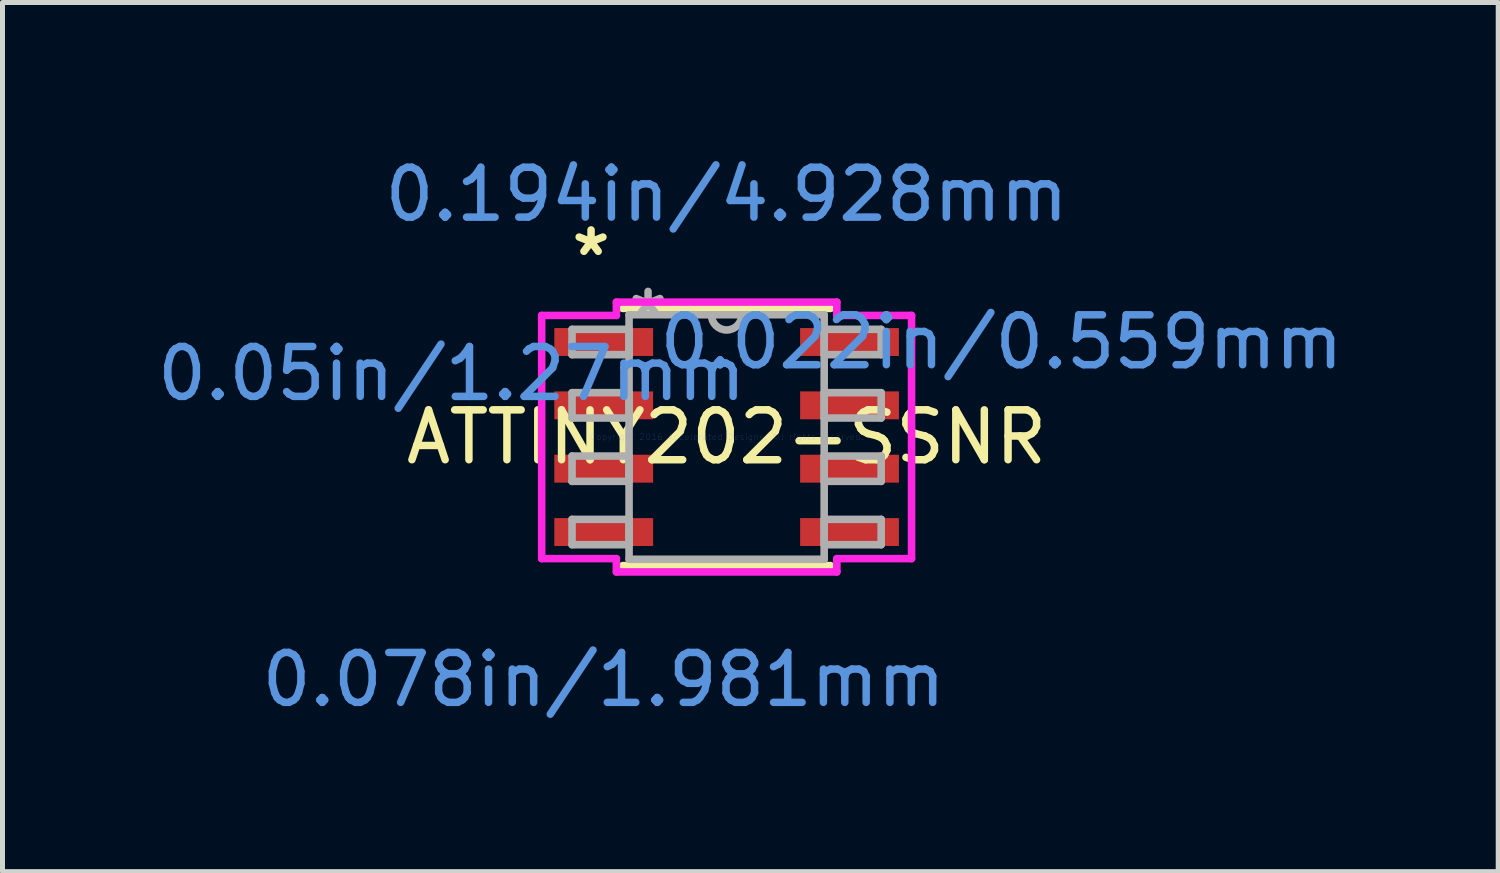
<source format=kicad_pcb>
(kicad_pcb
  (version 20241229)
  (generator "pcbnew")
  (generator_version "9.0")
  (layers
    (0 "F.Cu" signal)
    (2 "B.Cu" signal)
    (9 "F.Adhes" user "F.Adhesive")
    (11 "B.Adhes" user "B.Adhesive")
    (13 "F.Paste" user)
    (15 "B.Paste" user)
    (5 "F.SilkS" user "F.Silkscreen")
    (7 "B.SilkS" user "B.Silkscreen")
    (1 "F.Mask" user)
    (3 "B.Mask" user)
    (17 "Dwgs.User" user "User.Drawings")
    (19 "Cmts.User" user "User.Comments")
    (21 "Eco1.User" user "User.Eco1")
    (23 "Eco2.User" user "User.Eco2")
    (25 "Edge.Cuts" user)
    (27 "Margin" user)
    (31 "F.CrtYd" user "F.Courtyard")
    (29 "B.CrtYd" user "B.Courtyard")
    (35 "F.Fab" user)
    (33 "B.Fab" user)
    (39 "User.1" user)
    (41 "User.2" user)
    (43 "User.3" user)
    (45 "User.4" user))
  (footprint "ATTINY202-SSNR"
    (layer "F.Cu")
    (at 11.518 5.712)
    (property "Reference" "ATTINY202-SSNR" (at 0 0 0) (layer "F.SilkS") (effects (font (size 1 1) (thickness 0.15))))
    (attr through_hole)
    (fp_line (start -2.083 2.578) (end 2.083 2.578) (stroke (width 0.152) (type solid)) (layer "F.SilkS"))
    (fp_line (start 2.083 -2.578) (end -2.083 -2.578) (stroke (width 0.152) (type solid)) (layer "F.SilkS"))
    (fp_line (start -3.708 -2.438) (end -2.21 -2.438) (stroke (width 0.152) (type solid)) (layer "F.CrtYd"))
    (fp_line (start -3.708 2.438) (end -3.708 -2.438) (stroke (width 0.152) (type solid)) (layer "F.CrtYd"))
    (fp_line (start -3.708 2.438) (end -2.21 2.438) (stroke (width 0.152) (type solid)) (layer "F.CrtYd"))
    (fp_line (start -2.21 -2.705) (end 2.21 -2.705) (stroke (width 0.152) (type solid)) (layer "F.CrtYd"))
    (fp_line (start -2.21 -2.438) (end -2.21 -2.705) (stroke (width 0.152) (type solid)) (layer "F.CrtYd"))
    (fp_line (start -2.21 2.705) (end -2.21 2.438) (stroke (width 0.152) (type solid)) (layer "F.CrtYd"))
    (fp_line (start 2.21 -2.705) (end 2.21 -2.438) (stroke (width 0.152) (type solid)) (layer "F.CrtYd"))
    (fp_line (start 2.21 2.438) (end 2.21 2.705) (stroke (width 0.152) (type solid)) (layer "F.CrtYd"))
    (fp_line (start 2.21 2.705) (end -2.21 2.705) (stroke (width 0.152) (type solid)) (layer "F.CrtYd"))
    (fp_line (start 3.708 -2.438) (end 2.21 -2.438) (stroke (width 0.152) (type solid)) (layer "F.CrtYd"))
    (fp_line (start 3.708 -2.438) (end 3.708 2.438) (stroke (width 0.152) (type solid)) (layer "F.CrtYd"))
    (fp_line (start 3.708 2.438) (end 2.21 2.438) (stroke (width 0.152) (type solid)) (layer "F.CrtYd"))
    (fp_line (start -3.099 -2.159) (end -3.099 -1.651) (stroke (width 0.152) (type solid)) (layer "F.Fab"))
    (fp_line (start -3.099 -1.651) (end -1.956 -1.651) (stroke (width 0.152) (type solid)) (layer "F.Fab"))
    (fp_line (start -3.099 -0.889) (end -3.099 -0.381) (stroke (width 0.152) (type solid)) (layer "F.Fab"))
    (fp_line (start -3.099 -0.381) (end -1.956 -0.381) (stroke (width 0.152) (type solid)) (layer "F.Fab"))
    (fp_line (start -3.099 0.381) (end -3.099 0.889) (stroke (width 0.152) (type solid)) (layer "F.Fab"))
    (fp_line (start -3.099 0.889) (end -1.956 0.889) (stroke (width 0.152) (type solid)) (layer "F.Fab"))
    (fp_line (start -3.099 1.651) (end -3.099 2.159) (stroke (width 0.152) (type solid)) (layer "F.Fab"))
    (fp_line (start -3.099 2.159) (end -1.956 2.159) (stroke (width 0.152) (type solid)) (layer "F.Fab"))
    (fp_line (start -1.956 -2.451) (end -1.956 2.451) (stroke (width 0.152) (type solid)) (layer "F.Fab"))
    (fp_line (start -1.956 -2.159) (end -3.099 -2.159) (stroke (width 0.152) (type solid)) (layer "F.Fab"))
    (fp_line (start -1.956 -1.651) (end -1.956 -2.159) (stroke (width 0.152) (type solid)) (layer "F.Fab"))
    (fp_line (start -1.956 -0.889) (end -3.099 -0.889) (stroke (width 0.152) (type solid)) (layer "F.Fab"))
    (fp_line (start -1.956 -0.381) (end -1.956 -0.889) (stroke (width 0.152) (type solid)) (layer "F.Fab"))
    (fp_line (start -1.956 0.381) (end -3.099 0.381) (stroke (width 0.152) (type solid)) (layer "F.Fab"))
    (fp_line (start -1.956 0.889) (end -1.956 0.381) (stroke (width 0.152) (type solid)) (layer "F.Fab"))
    (fp_line (start -1.956 1.651) (end -3.099 1.651) (stroke (width 0.152) (type solid)) (layer "F.Fab"))
    (fp_line (start -1.956 2.159) (end -1.956 1.651) (stroke (width 0.152) (type solid)) (layer "F.Fab"))
    (fp_line (start -1.956 2.451) (end 1.956 2.451) (stroke (width 0.152) (type solid)) (layer "F.Fab"))
    (fp_line (start 1.956 -2.451) (end -1.956 -2.451) (stroke (width 0.152) (type solid)) (layer "F.Fab"))
    (fp_line (start 1.956 -2.159) (end 1.956 -1.651) (stroke (width 0.152) (type solid)) (layer "F.Fab"))
    (fp_line (start 1.956 -1.651) (end 3.099 -1.651) (stroke (width 0.152) (type solid)) (layer "F.Fab"))
    (fp_line (start 1.956 -0.889) (end 1.956 -0.381) (stroke (width 0.152) (type solid)) (layer "F.Fab"))
    (fp_line (start 1.956 -0.381) (end 3.099 -0.381) (stroke (width 0.152) (type solid)) (layer "F.Fab"))
    (fp_line (start 1.956 0.381) (end 1.956 0.889) (stroke (width 0.152) (type solid)) (layer "F.Fab"))
    (fp_line (start 1.956 0.889) (end 3.099 0.889) (stroke (width 0.152) (type solid)) (layer "F.Fab"))
    (fp_line (start 1.956 1.651) (end 1.956 2.159) (stroke (width 0.152) (type solid)) (layer "F.Fab"))
    (fp_line (start 1.956 2.159) (end 3.099 2.159) (stroke (width 0.152) (type solid)) (layer "F.Fab"))
    (fp_line (start 1.956 2.451) (end 1.956 -2.451) (stroke (width 0.152) (type solid)) (layer "F.Fab"))
    (fp_line (start 3.099 -2.159) (end 1.956 -2.159) (stroke (width 0.152) (type solid)) (layer "F.Fab"))
    (fp_line (start 3.099 -1.651) (end 3.099 -2.159) (stroke (width 0.152) (type solid)) (layer "F.Fab"))
    (fp_line (start 3.099 -0.889) (end 1.956 -0.889) (stroke (width 0.152) (type solid)) (layer "F.Fab"))
    (fp_line (start 3.099 -0.381) (end 3.099 -0.889) (stroke (width 0.152) (type solid)) (layer "F.Fab"))
    (fp_line (start 3.099 0.381) (end 1.956 0.381) (stroke (width 0.152) (type solid)) (layer "F.Fab"))
    (fp_line (start 3.099 0.889) (end 3.099 0.381) (stroke (width 0.152) (type solid)) (layer "F.Fab"))
    (fp_line (start 3.099 1.651) (end 1.956 1.651) (stroke (width 0.152) (type solid)) (layer "F.Fab"))
    (fp_line (start 3.099 2.159) (end 3.099 1.651) (stroke (width 0.152) (type solid)) (layer "F.Fab"))
    (fp_arc (start 0.3048 -2.4511) (mid 0 -2.1463) (end -0.3048 -2.4511) (stroke (width 0.1524) (type solid)) (layer "F.Fab"))
    (fp_text user "*" (at -2.718 -3.607 0) (layer "F.SilkS") (effects (font (size 1 1) (thickness 0.15))))
    (fp_text user "0.194in/4.928mm" (at 0 -4.864 0) (layer "Cmts.User") (effects (font (size 1 1) (thickness 0.15))))
    (fp_text user "0.05in/1.27mm" (at -5.512 -1.27 0) (layer "Cmts.User") (effects (font (size 1 1) (thickness 0.15))))
    (fp_text user "0.078in/1.981mm" (at -2.464 4.864 0) (layer "Cmts.User") (effects (font (size 1 1) (thickness 0.15))))
    (fp_text user "0.022in/0.559mm" (at 5.512 -1.905 0) (layer "Cmts.User") (effects (font (size 1 1) (thickness 0.15))))
    (fp_text user "Copyright 2016 Accelerated Designs. All rights reserved." (at 0 0 0) (layer "Cmts.User") (effects (font (size 0.127 0.127) (thickness 0.002))))
    (fp_text user "*" (at -1.575 -2.375 0) (layer "F.Fab") (effects (font (size 1 1) (thickness 0.15))))
    (pad "1" smd rect (at -2.464 -1.905) (size 1.981 0.559) (layers "F.Cu" "F.Mask" "F.Paste"))
    (pad "2" smd rect (at -2.464 -0.635) (size 1.981 0.559) (layers "F.Cu" "F.Mask" "F.Paste"))
    (pad "3" smd rect (at -2.464 0.635) (size 1.981 0.559) (layers "F.Cu" "F.Mask" "F.Paste"))
    (pad "4" smd rect (at -2.464 1.905) (size 1.981 0.559) (layers "F.Cu" "F.Mask" "F.Paste"))
    (pad "5" smd rect (at 2.464 1.905) (size 1.981 0.559) (layers "F.Cu" "F.Mask" "F.Paste"))
    (pad "6" smd rect (at 2.464 0.635) (size 1.981 0.559) (layers "F.Cu" "F.Mask" "F.Paste"))
    (pad "7" smd rect (at 2.464 -0.635) (size 1.981 0.559) (layers "F.Cu" "F.Mask" "F.Paste"))
    (pad "8" smd rect (at 2.464 -1.905) (size 1.981 0.559) (layers "F.Cu" "F.Mask" "F.Paste")))
  (gr_rect
    (start -3 -3)
    (end 26.988 14.425)
    (stroke (width 0.1) (type default))
    (fill no)
    (layer "Edge.Cuts")))
</source>
